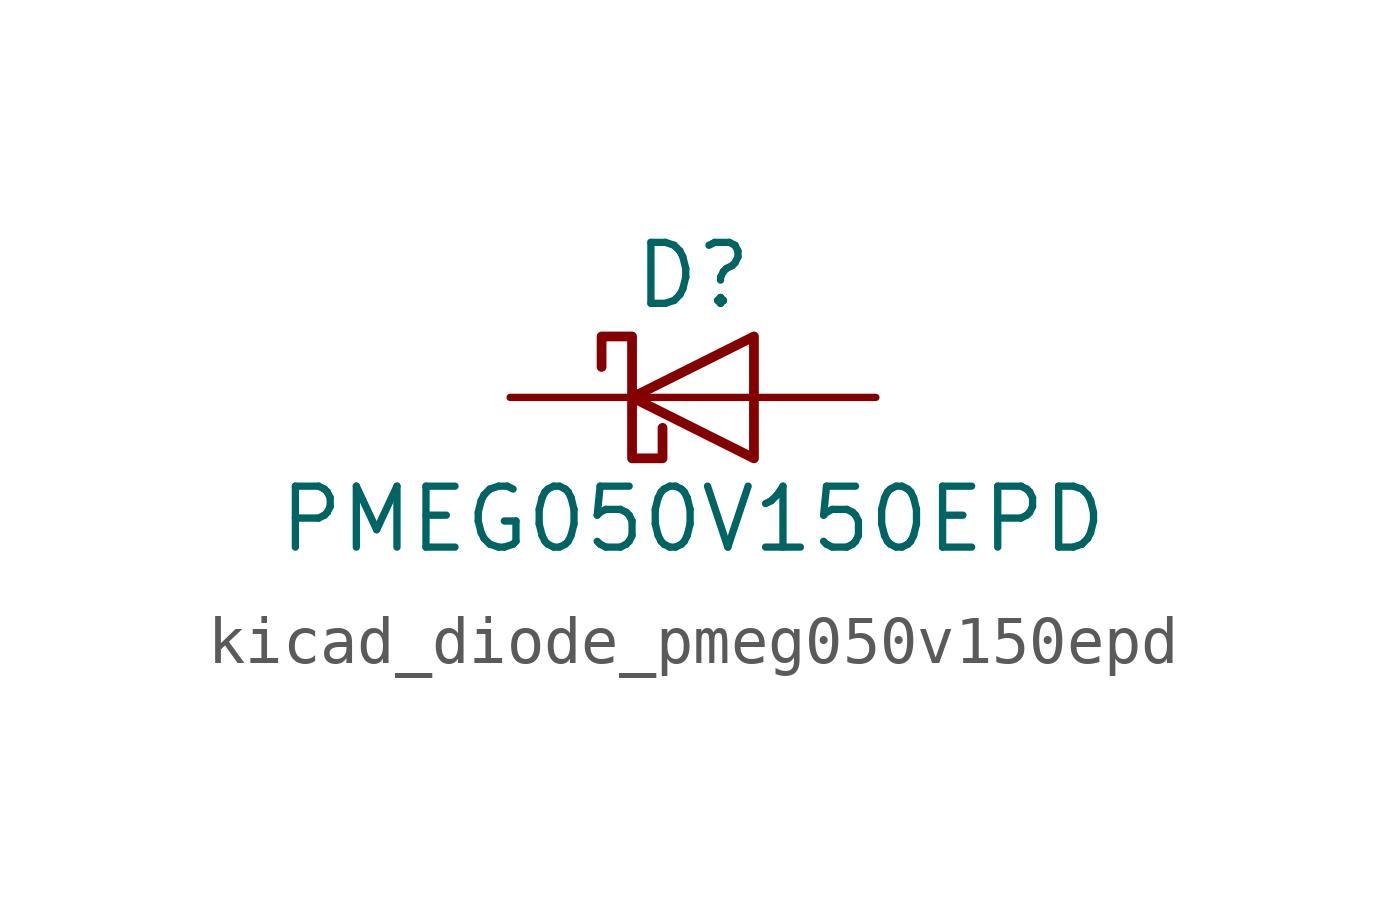
<source format=kicad_sym>
(kicad_symbol_lib
  (version 20220914)
  (generator kicad_symbol_editor)
  (symbol "kicad_diode_pmeg050v150epd"
    (pin_numbers hide)
    (pin_names hide)
    (property "Reference" "D"
      (at 0 2.54 0)
      (effects (font (size 1.27 1.27))))
    (property "Value" "PMEG050V150EPD"
      (at 0 -2.54 0)
      (effects (font (size 1.27 1.27))))
    (symbol "kicad_diode_pmeg050v150epd_0_1"
      (polyline (pts (xy 1.27 0) (xy -1.27 0)) (stroke (width 0) (type default)) (fill (type none)))
      (polyline (pts (xy 1.27 1.27) (xy 1.27 -1.27) (xy -1.27 0) (xy 1.27 1.27)) (stroke (width 0.203) (type default)) (fill (type none)))
      (polyline (pts (xy -1.905 0.635) (xy -1.905 1.27) (xy -1.27 1.27) (xy -1.27 -1.27) (xy -0.635 -1.27) (xy -0.635 -0.635)) (stroke (width 0.203) (type default)) (fill (type none))))
    (symbol "kicad_diode_pmeg050v150epd_1_1"
      (pin passive line (at 3.81 0 180) (length 2.54) (name "A" (effects (font (size 1.27 1.27)))) (number "1" (effects (font (size 1.27 1.27)))))
      (pin passive line (at 3.81 0 180) (length 2.54) hide (name "A" (effects (font (size 1.27 1.27)))) (number "2" (effects (font (size 1.27 1.27)))))
      (pin passive line (at -3.81 0 0) (length 2.54) (name "K" (effects (font (size 1.27 1.27)))) (number "3" (effects (font (size 1.27 1.27))))))))
</source>
